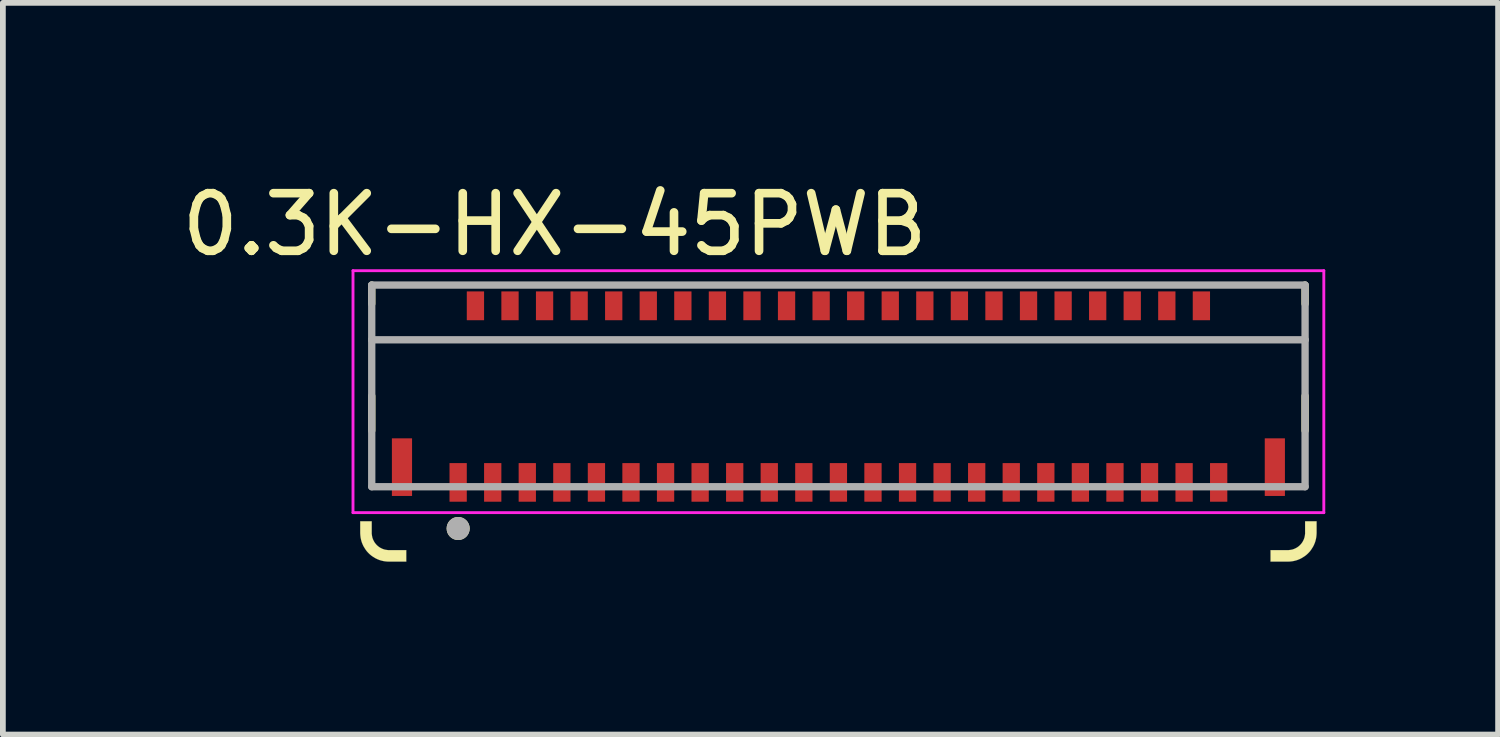
<source format=kicad_pcb>
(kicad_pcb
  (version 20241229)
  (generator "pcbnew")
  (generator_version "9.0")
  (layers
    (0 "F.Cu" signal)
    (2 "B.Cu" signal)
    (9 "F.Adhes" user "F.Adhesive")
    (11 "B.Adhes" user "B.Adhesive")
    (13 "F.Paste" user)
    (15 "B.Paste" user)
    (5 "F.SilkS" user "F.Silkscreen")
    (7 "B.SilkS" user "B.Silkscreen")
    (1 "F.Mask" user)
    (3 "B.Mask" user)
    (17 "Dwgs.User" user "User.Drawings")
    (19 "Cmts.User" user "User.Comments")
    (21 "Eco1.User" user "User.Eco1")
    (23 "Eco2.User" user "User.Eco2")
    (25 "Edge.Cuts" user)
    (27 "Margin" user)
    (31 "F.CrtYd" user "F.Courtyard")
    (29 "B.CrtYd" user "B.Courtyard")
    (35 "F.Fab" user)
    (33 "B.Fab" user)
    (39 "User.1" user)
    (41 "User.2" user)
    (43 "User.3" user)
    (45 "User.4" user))
  (footprint "0.3K-HX-45PWB"
    (layer "F.Cu")
    (at 11.502 4.123)
    (property "Reference" "0.3K-HX-45PWB" (at -4.925 -3.275 0) (layer "F.SilkS") (effects (font (size 1 1) (thickness 0.15))))
    (attr smd)
    (fp_line (start -8.1 -2.225) (end -8.1 -1.9) (stroke (width 0.127) (type solid)) (layer "F.SilkS"))
    (fp_line (start -8.1 -0.3) (end -8.1 0.3) (stroke (width 0.127) (type solid)) (layer "F.SilkS"))
    (fp_line (start 8.1 -2.225) (end 8.1 -1.9) (stroke (width 0.127) (type solid)) (layer "F.SilkS"))
    (fp_line (start 8.1 -0.3) (end 8.1 0.3) (stroke (width 0.127) (type solid)) (layer "F.SilkS"))
    (fp_circle (center -6.6 2) (end -6.5 2) (stroke (width 0.2) (type solid)) (fill no) (layer "F.SilkS"))
    (fp_poly (pts (xy -8.3 1.875) (xy -8.3 2.075) (xy -8.299 2.101) (xy -8.297 2.127) (xy -8.294 2.153) (xy -8.289 2.179) (xy -8.283 2.204) (xy -8.276 2.23) (xy -8.267 2.254) (xy -8.257 2.278) (xy -8.246 2.302) (xy -8.233 2.325) (xy -8.219 2.347) (xy -8.205 2.369) (xy -8.189 2.39) (xy -8.172 2.41) (xy -8.154 2.429) (xy -8.135 2.447) (xy -8.115 2.464) (xy -8.094 2.48) (xy -8.072 2.494) (xy -8.05 2.508) (xy -8.027 2.521) (xy -8.003 2.532) (xy -7.979 2.542) (xy -7.955 2.551) (xy -7.929 2.558) (xy -7.904 2.564) (xy -7.878 2.569) (xy -7.852 2.572) (xy -7.826 2.574) (xy -7.8 2.575) (xy -7.5 2.575) (xy -7.5 2.375) (xy -7.8 2.375) (xy -7.816 2.375) (xy -7.831 2.373) (xy -7.847 2.371) (xy -7.862 2.368) (xy -7.878 2.365) (xy -7.893 2.36) (xy -7.908 2.355) (xy -7.922 2.349) (xy -7.936 2.342) (xy -7.95 2.335) (xy -7.963 2.327) (xy -7.976 2.318) (xy -7.989 2.308) (xy -8.001 2.298) (xy -8.012 2.287) (xy -8.023 2.276) (xy -8.033 2.264) (xy -8.043 2.251) (xy -8.052 2.238) (xy -8.06 2.225) (xy -8.067 2.211) (xy -8.074 2.197) (xy -8.08 2.183) (xy -8.085 2.168) (xy -8.09 2.153) (xy -8.093 2.137) (xy -8.096 2.122) (xy -8.098 2.106) (xy -8.1 2.091) (xy -8.1 2.075) (xy -8.1 1.875) (xy -8.3 1.875)) (stroke (width 0.001) (type solid)) (fill yes) (layer "F.SilkS"))
    (fp_poly (pts (xy 8.3 1.875) (xy 8.3 2.075) (xy 8.299 2.101) (xy 8.297 2.127) (xy 8.294 2.153) (xy 8.289 2.179) (xy 8.283 2.204) (xy 8.276 2.23) (xy 8.267 2.254) (xy 8.257 2.278) (xy 8.246 2.302) (xy 8.233 2.325) (xy 8.219 2.347) (xy 8.205 2.369) (xy 8.189 2.39) (xy 8.172 2.41) (xy 8.154 2.429) (xy 8.135 2.447) (xy 8.115 2.464) (xy 8.094 2.48) (xy 8.072 2.494) (xy 8.05 2.508) (xy 8.027 2.521) (xy 8.003 2.532) (xy 7.979 2.542) (xy 7.955 2.551) (xy 7.929 2.558) (xy 7.904 2.564) (xy 7.878 2.569) (xy 7.852 2.572) (xy 7.826 2.574) (xy 7.8 2.575) (xy 7.5 2.575) (xy 7.5 2.375) (xy 7.8 2.375) (xy 7.816 2.375) (xy 7.831 2.373) (xy 7.847 2.371) (xy 7.862 2.368) (xy 7.878 2.365) (xy 7.893 2.36) (xy 7.908 2.355) (xy 7.922 2.349) (xy 7.936 2.342) (xy 7.95 2.335) (xy 7.963 2.327) (xy 7.976 2.318) (xy 7.989 2.308) (xy 8.001 2.298) (xy 8.012 2.287) (xy 8.023 2.276) (xy 8.033 2.264) (xy 8.043 2.251) (xy 8.052 2.238) (xy 8.06 2.225) (xy 8.067 2.211) (xy 8.074 2.197) (xy 8.08 2.183) (xy 8.085 2.168) (xy 8.09 2.153) (xy 8.093 2.137) (xy 8.096 2.122) (xy 8.098 2.106) (xy 8.1 2.091) (xy 8.1 2.075) (xy 8.1 1.875) (xy 8.3 1.875)) (stroke (width 0.001) (type solid)) (fill yes) (layer "F.SilkS"))
    (fp_line (start -8.425 -2.475) (end 8.425 -2.475) (stroke (width 0.05) (type solid)) (layer "F.CrtYd"))
    (fp_line (start -8.425 1.725) (end -8.425 -2.475) (stroke (width 0.05) (type solid)) (layer "F.CrtYd"))
    (fp_line (start 8.425 -2.475) (end 8.425 1.725) (stroke (width 0.05) (type solid)) (layer "F.CrtYd"))
    (fp_line (start 8.425 1.725) (end -8.425 1.725) (stroke (width 0.05) (type solid)) (layer "F.CrtYd"))
    (fp_line (start -8.1 -2.225) (end -8.1 -1.275) (stroke (width 0.127) (type solid)) (layer "F.Fab"))
    (fp_line (start -8.1 -2.225) (end 8.1 -2.225) (stroke (width 0.127) (type solid)) (layer "F.Fab"))
    (fp_line (start -8.1 -1.275) (end 8.1 -1.275) (stroke (width 0.127) (type solid)) (layer "F.Fab"))
    (fp_line (start -8.1 1.275) (end -8.1 -1.275) (stroke (width 0.127) (type solid)) (layer "F.Fab"))
    (fp_line (start 8.1 -2.225) (end 8.1 -1.275) (stroke (width 0.127) (type solid)) (layer "F.Fab"))
    (fp_line (start 8.1 -1.275) (end 8.1 1.275) (stroke (width 0.127) (type solid)) (layer "F.Fab"))
    (fp_line (start 8.1 1.275) (end -8.1 1.275) (stroke (width 0.127) (type solid)) (layer "F.Fab"))
    (fp_circle (center -6.6 2) (end -6.5 2) (stroke (width 0.2) (type solid)) (fill no) (layer "F.Fab"))
    (fp_poly (pts (xy -8.3 1.875) (xy -8.3 2.075) (xy -8.299 2.101) (xy -8.297 2.127) (xy -8.294 2.153) (xy -8.289 2.179) (xy -8.283 2.204) (xy -8.276 2.23) (xy -8.267 2.254) (xy -8.257 2.278) (xy -8.246 2.302) (xy -8.233 2.325) (xy -8.219 2.347) (xy -8.205 2.369) (xy -8.189 2.39) (xy -8.172 2.41) (xy -8.154 2.429) (xy -8.135 2.447) (xy -8.115 2.464) (xy -8.094 2.48) (xy -8.072 2.494) (xy -8.05 2.508) (xy -8.027 2.521) (xy -8.003 2.532) (xy -7.979 2.542) (xy -7.955 2.551) (xy -7.929 2.558) (xy -7.904 2.564) (xy -7.878 2.569) (xy -7.852 2.572) (xy -7.826 2.574) (xy -7.8 2.575) (xy -7.5 2.575) (xy -7.5 2.375) (xy -7.8 2.375) (xy -7.816 2.375) (xy -7.831 2.373) (xy -7.847 2.371) (xy -7.862 2.368) (xy -7.878 2.365) (xy -7.893 2.36) (xy -7.908 2.355) (xy -7.922 2.349) (xy -7.936 2.342) (xy -7.95 2.335) (xy -7.963 2.327) (xy -7.976 2.318) (xy -7.989 2.308) (xy -8.001 2.298) (xy -8.012 2.287) (xy -8.023 2.276) (xy -8.033 2.264) (xy -8.043 2.251) (xy -8.052 2.238) (xy -8.06 2.225) (xy -8.067 2.211) (xy -8.074 2.197) (xy -8.08 2.183) (xy -8.085 2.168) (xy -8.09 2.153) (xy -8.093 2.137) (xy -8.096 2.122) (xy -8.098 2.106) (xy -8.1 2.091) (xy -8.1 2.075) (xy -8.1 1.875) (xy -8.3 1.875)) (stroke (width 0.001) (type solid)) (fill no) (layer "F.Fab"))
    (fp_poly (pts (xy 8.3 1.875) (xy 8.3 2.075) (xy 8.299 2.101) (xy 8.297 2.127) (xy 8.294 2.153) (xy 8.289 2.179) (xy 8.283 2.204) (xy 8.276 2.23) (xy 8.267 2.254) (xy 8.257 2.278) (xy 8.246 2.302) (xy 8.233 2.325) (xy 8.219 2.347) (xy 8.205 2.369) (xy 8.189 2.39) (xy 8.172 2.41) (xy 8.154 2.429) (xy 8.135 2.447) (xy 8.115 2.464) (xy 8.094 2.48) (xy 8.072 2.494) (xy 8.05 2.508) (xy 8.027 2.521) (xy 8.003 2.532) (xy 7.979 2.542) (xy 7.955 2.551) (xy 7.929 2.558) (xy 7.904 2.564) (xy 7.878 2.569) (xy 7.852 2.572) (xy 7.826 2.574) (xy 7.8 2.575) (xy 7.5 2.575) (xy 7.5 2.375) (xy 7.8 2.375) (xy 7.816 2.375) (xy 7.831 2.373) (xy 7.847 2.371) (xy 7.862 2.368) (xy 7.878 2.365) (xy 7.893 2.36) (xy 7.908 2.355) (xy 7.922 2.349) (xy 7.936 2.342) (xy 7.95 2.335) (xy 7.963 2.327) (xy 7.976 2.318) (xy 7.989 2.308) (xy 8.001 2.298) (xy 8.012 2.287) (xy 8.023 2.276) (xy 8.033 2.264) (xy 8.043 2.251) (xy 8.052 2.238) (xy 8.06 2.225) (xy 8.067 2.211) (xy 8.074 2.197) (xy 8.08 2.183) (xy 8.085 2.168) (xy 8.09 2.153) (xy 8.093 2.137) (xy 8.096 2.122) (xy 8.098 2.106) (xy 8.1 2.091) (xy 8.1 2.075) (xy 8.1 1.875) (xy 8.3 1.875)) (stroke (width 0.001) (type solid)) (fill no) (layer "F.Fab"))
    (pad "1" smd rect (at -6.6 1.2) (size 0.3 0.67) (layers "F.Cu" "F.Mask" "F.Paste"))
    (pad "2" smd rect (at -6.3 -1.865) (size 0.3 0.5) (layers "F.Cu" "F.Mask" "F.Paste"))
    (pad "3" smd rect (at -6 1.2) (size 0.3 0.67) (layers "F.Cu" "F.Mask" "F.Paste"))
    (pad "4" smd rect (at -5.7 -1.865) (size 0.3 0.5) (layers "F.Cu" "F.Mask" "F.Paste"))
    (pad "5" smd rect (at -5.4 1.2) (size 0.3 0.67) (layers "F.Cu" "F.Mask" "F.Paste"))
    (pad "6" smd rect (at -5.1 -1.865) (size 0.3 0.5) (layers "F.Cu" "F.Mask" "F.Paste"))
    (pad "7" smd rect (at -4.8 1.2) (size 0.3 0.67) (layers "F.Cu" "F.Mask" "F.Paste"))
    (pad "8" smd rect (at -4.5 -1.865) (size 0.3 0.5) (layers "F.Cu" "F.Mask" "F.Paste"))
    (pad "9" smd rect (at -4.2 1.2) (size 0.3 0.67) (layers "F.Cu" "F.Mask" "F.Paste"))
    (pad "10" smd rect (at -3.9 -1.865) (size 0.3 0.5) (layers "F.Cu" "F.Mask" "F.Paste"))
    (pad "11" smd rect (at -3.6 1.2) (size 0.3 0.67) (layers "F.Cu" "F.Mask" "F.Paste"))
    (pad "12" smd rect (at -3.3 -1.865) (size 0.3 0.5) (layers "F.Cu" "F.Mask" "F.Paste"))
    (pad "13" smd rect (at -3 1.2) (size 0.3 0.67) (layers "F.Cu" "F.Mask" "F.Paste"))
    (pad "14" smd rect (at -2.7 -1.865) (size 0.3 0.5) (layers "F.Cu" "F.Mask" "F.Paste"))
    (pad "15" smd rect (at -2.4 1.2) (size 0.3 0.67) (layers "F.Cu" "F.Mask" "F.Paste"))
    (pad "16" smd rect (at -2.1 -1.865) (size 0.3 0.5) (layers "F.Cu" "F.Mask" "F.Paste"))
    (pad "17" smd rect (at -1.8 1.2) (size 0.3 0.67) (layers "F.Cu" "F.Mask" "F.Paste"))
    (pad "18" smd rect (at -1.5 -1.865) (size 0.3 0.5) (layers "F.Cu" "F.Mask" "F.Paste"))
    (pad "19" smd rect (at -1.2 1.2) (size 0.3 0.67) (layers "F.Cu" "F.Mask" "F.Paste"))
    (pad "20" smd rect (at -0.9 -1.865) (size 0.3 0.5) (layers "F.Cu" "F.Mask" "F.Paste"))
    (pad "21" smd rect (at -0.6 1.2) (size 0.3 0.67) (layers "F.Cu" "F.Mask" "F.Paste"))
    (pad "22" smd rect (at -0.3 -1.865) (size 0.3 0.5) (layers "F.Cu" "F.Mask" "F.Paste"))
    (pad "23" smd rect (at 0 1.2) (size 0.3 0.67) (layers "F.Cu" "F.Mask" "F.Paste"))
    (pad "24" smd rect (at 0.3 -1.865) (size 0.3 0.5) (layers "F.Cu" "F.Mask" "F.Paste"))
    (pad "25" smd rect (at 0.6 1.2) (size 0.3 0.67) (layers "F.Cu" "F.Mask" "F.Paste"))
    (pad "26" smd rect (at 0.9 -1.865) (size 0.3 0.5) (layers "F.Cu" "F.Mask" "F.Paste"))
    (pad "27" smd rect (at 1.2 1.2) (size 0.3 0.67) (layers "F.Cu" "F.Mask" "F.Paste"))
    (pad "28" smd rect (at 1.5 -1.865) (size 0.3 0.5) (layers "F.Cu" "F.Mask" "F.Paste"))
    (pad "29" smd rect (at 1.8 1.2) (size 0.3 0.67) (layers "F.Cu" "F.Mask" "F.Paste"))
    (pad "30" smd rect (at 2.1 -1.865) (size 0.3 0.5) (layers "F.Cu" "F.Mask" "F.Paste"))
    (pad "31" smd rect (at 2.4 1.2) (size 0.3 0.67) (layers "F.Cu" "F.Mask" "F.Paste"))
    (pad "32" smd rect (at 2.7 -1.865) (size 0.3 0.5) (layers "F.Cu" "F.Mask" "F.Paste"))
    (pad "33" smd rect (at 3 1.2) (size 0.3 0.67) (layers "F.Cu" "F.Mask" "F.Paste"))
    (pad "34" smd rect (at 3.3 -1.865) (size 0.3 0.5) (layers "F.Cu" "F.Mask" "F.Paste"))
    (pad "35" smd rect (at 3.6 1.2) (size 0.3 0.67) (layers "F.Cu" "F.Mask" "F.Paste"))
    (pad "36" smd rect (at 3.9 -1.865) (size 0.3 0.5) (layers "F.Cu" "F.Mask" "F.Paste"))
    (pad "37" smd rect (at 4.2 1.2) (size 0.3 0.67) (layers "F.Cu" "F.Mask" "F.Paste"))
    (pad "38" smd rect (at 4.5 -1.865) (size 0.3 0.5) (layers "F.Cu" "F.Mask" "F.Paste"))
    (pad "39" smd rect (at 4.8 1.2) (size 0.3 0.67) (layers "F.Cu" "F.Mask" "F.Paste"))
    (pad "40" smd rect (at 5.1 -1.865) (size 0.3 0.5) (layers "F.Cu" "F.Mask" "F.Paste"))
    (pad "41" smd rect (at 5.4 1.2) (size 0.3 0.67) (layers "F.Cu" "F.Mask" "F.Paste"))
    (pad "42" smd rect (at 5.7 -1.865) (size 0.3 0.5) (layers "F.Cu" "F.Mask" "F.Paste"))
    (pad "43" smd rect (at 6 1.2) (size 0.3 0.67) (layers "F.Cu" "F.Mask" "F.Paste"))
    (pad "44" smd rect (at 6.3 -1.865) (size 0.3 0.5) (layers "F.Cu" "F.Mask" "F.Paste"))
    (pad "45" smd rect (at 6.6 1.2) (size 0.3 0.67) (layers "F.Cu" "F.Mask" "F.Paste"))
    (pad "LOCK1" smd rect (at -7.575 0.935) (size 0.35 1) (layers "F.Cu" "F.Mask" "F.Paste"))
    (pad "LOCK2" smd rect (at 7.575 0.935) (size 0.35 1) (layers "F.Cu" "F.Mask" "F.Paste")))
  (gr_rect
    (start -3 -3)
    (end 22.952 9.699)
    (stroke (width 0.1) (type default))
    (fill no)
    (layer "Edge.Cuts")))
</source>
